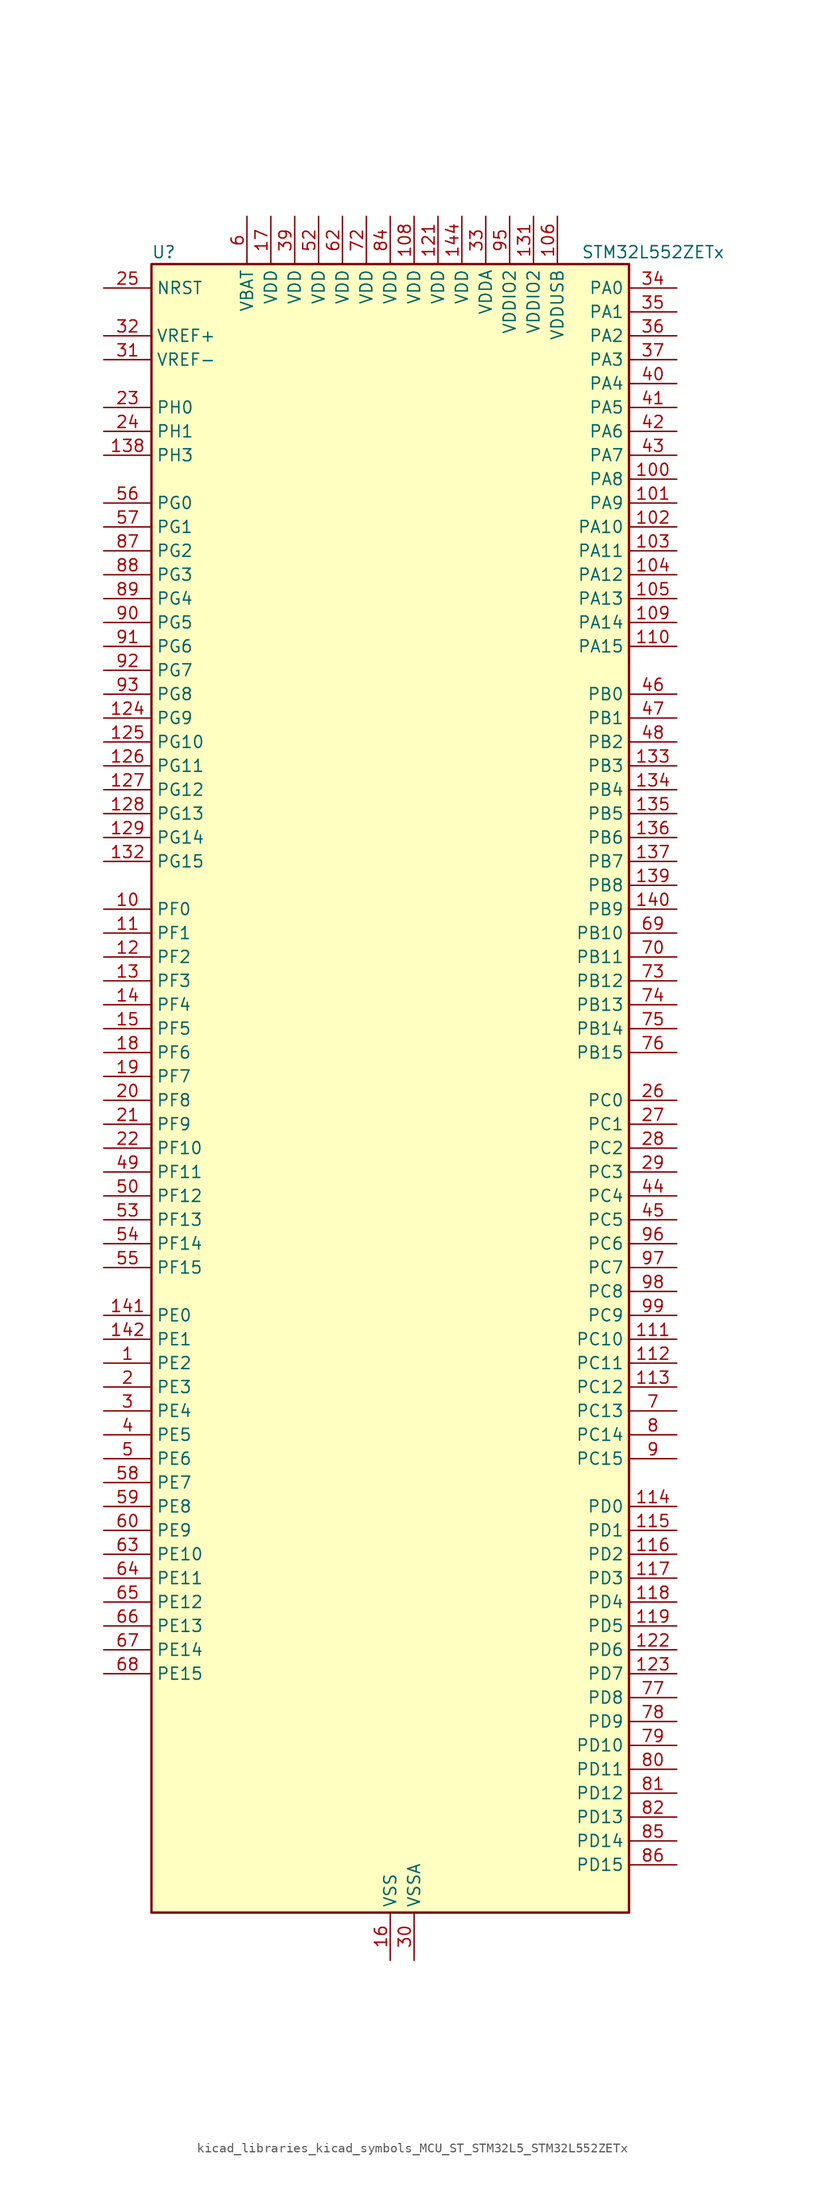
<source format=kicad_sym>
(kicad_symbol_lib
  (version 20220914)
  (generator kicad_symbol_editor)
  (symbol "kicad_libraries_kicad_symbols_MCU_ST_STM32L5_STM32L552ZETx"
    (property "Reference" "U"
      (at -25.4 90.17 0)
      (effects (font (size 1.27 1.27)) (justify left)))
    (property "Value" "STM32L552ZETx"
      (at 20.32 90.17 0)
      (effects (font (size 1.27 1.27)) (justify left)))
    (property "ki_locked" ""
      (at 0 0 0)
      (effects (font (size 1.27 1.27))))
    (symbol "kicad_libraries_kicad_symbols_MCU_ST_STM32L5_STM32L552ZETx_0_1"
      (rectangle (start -25.4 -86.36) (end 25.4 88.9) (stroke (width 0.254) (type default)) (fill (type background))))
    (symbol "kicad_libraries_kicad_symbols_MCU_ST_STM32L5_STM32L552ZETx_1_1"
      (pin bidirectional line (at -30.48 -27.94 0) (length 5.08) (name "PE2" (effects (font (size 1.27 1.27)))) (number "1" (effects (font (size 1.27 1.27)))) (alternate "DEBUG_TRACECLK" bidirectional line) (alternate "FMC_A23" bidirectional line) (alternate "SAI1_CK1" bidirectional line) (alternate "SAI1_MCLK_A" bidirectional line) (alternate "TIM3_ETR" bidirectional line) (alternate "TSC_G7_IO1" bidirectional line))
      (pin bidirectional line (at -30.48 20.32 0) (length 5.08) (name "PF0" (effects (font (size 1.27 1.27)))) (number "10" (effects (font (size 1.27 1.27)))) (alternate "FMC_A0" bidirectional line) (alternate "I2C2_SDA" bidirectional line))
      (pin bidirectional line (at 30.48 66.04 180) (length 5.08) (name "PA8" (effects (font (size 1.27 1.27)))) (number "100" (effects (font (size 1.27 1.27)))) (alternate "LPTIM2_OUT" bidirectional line) (alternate "RCC_MCO" bidirectional line) (alternate "SAI1_CK2" bidirectional line) (alternate "SAI1_SCK_A" bidirectional line) (alternate "TIM1_CH1" bidirectional line) (alternate "USART1_CK" bidirectional line))
      (pin bidirectional line (at 30.48 63.5 180) (length 5.08) (name "PA9" (effects (font (size 1.27 1.27)))) (number "101" (effects (font (size 1.27 1.27)))) (alternate "DAC1_EXTI9" bidirectional line) (alternate "SAI1_FS_A" bidirectional line) (alternate "SPI2_SCK" bidirectional line) (alternate "TIM15_BKIN" bidirectional line) (alternate "TIM1_CH2" bidirectional line) (alternate "USART1_TX" bidirectional line))
      (pin bidirectional line (at 30.48 60.96 180) (length 5.08) (name "PA10" (effects (font (size 1.27 1.27)))) (number "102" (effects (font (size 1.27 1.27)))) (alternate "CRS_SYNC" bidirectional line) (alternate "SAI1_D1" bidirectional line) (alternate "SAI1_SD_A" bidirectional line) (alternate "TIM17_BKIN" bidirectional line) (alternate "TIM1_CH3" bidirectional line) (alternate "USART1_RX" bidirectional line))
      (pin bidirectional line (at 30.48 58.42 180) (length 5.08) (name "PA11" (effects (font (size 1.27 1.27)))) (number "103" (effects (font (size 1.27 1.27)))) (alternate "ADC1_EXTI11" bidirectional line) (alternate "ADC2_EXTI11" bidirectional line) (alternate "FDCAN1_RX" bidirectional line) (alternate "SPI1_MISO" bidirectional line) (alternate "TIM1_BKIN2" bidirectional line) (alternate "TIM1_CH4" bidirectional line) (alternate "USART1_CTS" bidirectional line) (alternate "USART1_NSS" bidirectional line) (alternate "USB_DM" bidirectional line))
      (pin bidirectional line (at 30.48 55.88 180) (length 5.08) (name "PA12" (effects (font (size 1.27 1.27)))) (number "104" (effects (font (size 1.27 1.27)))) (alternate "FDCAN1_TX" bidirectional line) (alternate "SPI1_MOSI" bidirectional line) (alternate "TIM1_ETR" bidirectional line) (alternate "USART1_DE" bidirectional line) (alternate "USART1_RTS" bidirectional line) (alternate "USB_DP" bidirectional line))
      (pin bidirectional line (at 30.48 53.34 180) (length 5.08) (name "PA13" (effects (font (size 1.27 1.27)))) (number "105" (effects (font (size 1.27 1.27)))) (alternate "DEBUG_JTMS-SWDIO" bidirectional line) (alternate "IR_OUT" bidirectional line) (alternate "SAI1_SD_B" bidirectional line) (alternate "USB_NOE" bidirectional line))
      (pin power_in line (at 17.78 93.98 270) (length 5.08) (name "VDDUSB" (effects (font (size 1.27 1.27)))) (number "106" (effects (font (size 1.27 1.27)))))
      (pin passive line (at 0 -91.44 90) (length 5.08) hide (name "VSS" (effects (font (size 1.27 1.27)))) (number "107" (effects (font (size 1.27 1.27)))))
      (pin power_in line (at 2.54 93.98 270) (length 5.08) (name "VDD" (effects (font (size 1.27 1.27)))) (number "108" (effects (font (size 1.27 1.27)))))
      (pin bidirectional line (at 30.48 50.8 180) (length 5.08) (name "PA14" (effects (font (size 1.27 1.27)))) (number "109" (effects (font (size 1.27 1.27)))) (alternate "DEBUG_JTCK-SWCLK" bidirectional line) (alternate "I2C1_SMBA" bidirectional line) (alternate "I2C4_SMBA" bidirectional line) (alternate "LPTIM1_OUT" bidirectional line) (alternate "SAI1_FS_B" bidirectional line))
      (pin bidirectional line (at -30.48 17.78 0) (length 5.08) (name "PF1" (effects (font (size 1.27 1.27)))) (number "11" (effects (font (size 1.27 1.27)))) (alternate "FMC_A1" bidirectional line) (alternate "I2C2_SCL" bidirectional line))
      (pin bidirectional line (at 30.48 48.26 180) (length 5.08) (name "PA15" (effects (font (size 1.27 1.27)))) (number "110" (effects (font (size 1.27 1.27)))) (alternate "ADC1_EXTI15" bidirectional line) (alternate "ADC2_EXTI15" bidirectional line) (alternate "DEBUG_JTDI" bidirectional line) (alternate "SAI2_FS_B" bidirectional line) (alternate "SPI1_NSS" bidirectional line) (alternate "SPI3_NSS" bidirectional line) (alternate "TIM2_CH1" bidirectional line) (alternate "TIM2_ETR" bidirectional line) (alternate "UART4_DE" bidirectional line) (alternate "UART4_RTS" bidirectional line) (alternate "UCPD1_CC1" bidirectional line) (alternate "USART2_RX" bidirectional line) (alternate "USART3_DE" bidirectional line) (alternate "USART3_RTS" bidirectional line))
      (pin bidirectional line (at 30.48 -25.4 180) (length 5.08) (name "PC10" (effects (font (size 1.27 1.27)))) (number "111" (effects (font (size 1.27 1.27)))) (alternate "DEBUG_TRACED1" bidirectional line) (alternate "LPTIM3_ETR" bidirectional line) (alternate "SAI2_SCK_B" bidirectional line) (alternate "SDMMC1_D2" bidirectional line) (alternate "SPI3_SCK" bidirectional line) (alternate "TSC_G3_IO2" bidirectional line) (alternate "UART4_TX" bidirectional line) (alternate "USART3_TX" bidirectional line))
      (pin bidirectional line (at 30.48 -27.94 180) (length 5.08) (name "PC11" (effects (font (size 1.27 1.27)))) (number "112" (effects (font (size 1.27 1.27)))) (alternate "ADC1_EXTI11" bidirectional line) (alternate "ADC2_EXTI11" bidirectional line) (alternate "LPTIM3_IN1" bidirectional line) (alternate "OCTOSPI1_NCS" bidirectional line) (alternate "SAI2_MCLK_B" bidirectional line) (alternate "SDMMC1_D3" bidirectional line) (alternate "SPI3_MISO" bidirectional line) (alternate "TSC_G3_IO3" bidirectional line) (alternate "UART4_RX" bidirectional line) (alternate "UCPD1_FRSTX2" bidirectional line) (alternate "USART3_RX" bidirectional line))
      (pin bidirectional line (at 30.48 -30.48 180) (length 5.08) (name "PC12" (effects (font (size 1.27 1.27)))) (number "113" (effects (font (size 1.27 1.27)))) (alternate "DEBUG_TRACED3" bidirectional line) (alternate "SAI2_SD_B" bidirectional line) (alternate "SDMMC1_CK" bidirectional line) (alternate "SPI3_MOSI" bidirectional line) (alternate "TSC_G3_IO4" bidirectional line) (alternate "UART5_TX" bidirectional line) (alternate "USART3_CK" bidirectional line))
      (pin bidirectional line (at 30.48 -43.18 180) (length 5.08) (name "PD0" (effects (font (size 1.27 1.27)))) (number "114" (effects (font (size 1.27 1.27)))) (alternate "FDCAN1_RX" bidirectional line) (alternate "FMC_D2" bidirectional line) (alternate "FMC_DA2" bidirectional line) (alternate "SPI2_NSS" bidirectional line))
      (pin bidirectional line (at 30.48 -45.72 180) (length 5.08) (name "PD1" (effects (font (size 1.27 1.27)))) (number "115" (effects (font (size 1.27 1.27)))) (alternate "FDCAN1_TX" bidirectional line) (alternate "FMC_D3" bidirectional line) (alternate "FMC_DA3" bidirectional line) (alternate "SPI2_SCK" bidirectional line))
      (pin bidirectional line (at 30.48 -48.26 180) (length 5.08) (name "PD2" (effects (font (size 1.27 1.27)))) (number "116" (effects (font (size 1.27 1.27)))) (alternate "DEBUG_TRACED2" bidirectional line) (alternate "SDMMC1_CMD" bidirectional line) (alternate "TIM3_ETR" bidirectional line) (alternate "TSC_SYNC" bidirectional line) (alternate "UART5_RX" bidirectional line) (alternate "USART3_DE" bidirectional line) (alternate "USART3_RTS" bidirectional line))
      (pin bidirectional line (at 30.48 -50.8 180) (length 5.08) (name "PD3" (effects (font (size 1.27 1.27)))) (number "117" (effects (font (size 1.27 1.27)))) (alternate "DFSDM1_DATIN0" bidirectional line) (alternate "FMC_CLK" bidirectional line) (alternate "SPI2_MISO" bidirectional line) (alternate "SPI2_SCK" bidirectional line) (alternate "USART2_CTS" bidirectional line) (alternate "USART2_NSS" bidirectional line))
      (pin bidirectional line (at 30.48 -53.34 180) (length 5.08) (name "PD4" (effects (font (size 1.27 1.27)))) (number "118" (effects (font (size 1.27 1.27)))) (alternate "DFSDM1_CKIN0" bidirectional line) (alternate "FMC_NOE" bidirectional line) (alternate "OCTOSPI1_IO4" bidirectional line) (alternate "SPI2_MOSI" bidirectional line) (alternate "USART2_DE" bidirectional line) (alternate "USART2_RTS" bidirectional line))
      (pin bidirectional line (at 30.48 -55.88 180) (length 5.08) (name "PD5" (effects (font (size 1.27 1.27)))) (number "119" (effects (font (size 1.27 1.27)))) (alternate "FMC_NWE" bidirectional line) (alternate "OCTOSPI1_IO5" bidirectional line) (alternate "USART2_TX" bidirectional line))
      (pin bidirectional line (at -30.48 15.24 0) (length 5.08) (name "PF2" (effects (font (size 1.27 1.27)))) (number "12" (effects (font (size 1.27 1.27)))) (alternate "FMC_A2" bidirectional line) (alternate "I2C2_SMBA" bidirectional line))
      (pin passive line (at 0 -91.44 90) (length 5.08) hide (name "VSS" (effects (font (size 1.27 1.27)))) (number "120" (effects (font (size 1.27 1.27)))))
      (pin power_in line (at 5.08 93.98 270) (length 5.08) (name "VDD" (effects (font (size 1.27 1.27)))) (number "121" (effects (font (size 1.27 1.27)))))
      (pin bidirectional line (at 30.48 -58.42 180) (length 5.08) (name "PD6" (effects (font (size 1.27 1.27)))) (number "122" (effects (font (size 1.27 1.27)))) (alternate "DFSDM1_DATIN1" bidirectional line) (alternate "FMC_NWAIT" bidirectional line) (alternate "OCTOSPI1_IO6" bidirectional line) (alternate "SAI1_D1" bidirectional line) (alternate "SAI1_SD_A" bidirectional line) (alternate "SPI3_MOSI" bidirectional line) (alternate "USART2_RX" bidirectional line))
      (pin bidirectional line (at 30.48 -60.96 180) (length 5.08) (name "PD7" (effects (font (size 1.27 1.27)))) (number "123" (effects (font (size 1.27 1.27)))) (alternate "DFSDM1_CKIN1" bidirectional line) (alternate "FMC_NCE" bidirectional line) (alternate "FMC_NE1" bidirectional line) (alternate "OCTOSPI1_IO7" bidirectional line) (alternate "USART2_CK" bidirectional line))
      (pin bidirectional line (at -30.48 40.64 0) (length 5.08) (name "PG9" (effects (font (size 1.27 1.27)))) (number "124" (effects (font (size 1.27 1.27)))) (alternate "DAC1_EXTI9" bidirectional line) (alternate "FMC_NCE" bidirectional line) (alternate "FMC_NE2" bidirectional line) (alternate "SAI2_SCK_A" bidirectional line) (alternate "SPI3_SCK" bidirectional line) (alternate "TIM15_CH1N" bidirectional line) (alternate "USART1_TX" bidirectional line))
      (pin bidirectional line (at -30.48 38.1 0) (length 5.08) (name "PG10" (effects (font (size 1.27 1.27)))) (number "125" (effects (font (size 1.27 1.27)))) (alternate "FMC_NE3" bidirectional line) (alternate "LPTIM1_IN1" bidirectional line) (alternate "SAI2_FS_A" bidirectional line) (alternate "SPI3_MISO" bidirectional line) (alternate "TIM15_CH1" bidirectional line) (alternate "USART1_RX" bidirectional line))
      (pin bidirectional line (at -30.48 35.56 0) (length 5.08) (name "PG11" (effects (font (size 1.27 1.27)))) (number "126" (effects (font (size 1.27 1.27)))) (alternate "ADC1_EXTI11" bidirectional line) (alternate "ADC2_EXTI11" bidirectional line) (alternate "LPTIM1_IN2" bidirectional line) (alternate "OCTOSPI1_IO5" bidirectional line) (alternate "SAI2_MCLK_A" bidirectional line) (alternate "SPI3_MOSI" bidirectional line) (alternate "TIM15_CH2" bidirectional line) (alternate "USART1_CTS" bidirectional line) (alternate "USART1_NSS" bidirectional line))
      (pin bidirectional line (at -30.48 33.02 0) (length 5.08) (name "PG12" (effects (font (size 1.27 1.27)))) (number "127" (effects (font (size 1.27 1.27)))) (alternate "FMC_NE4" bidirectional line) (alternate "LPTIM1_ETR" bidirectional line) (alternate "SAI2_SD_A" bidirectional line) (alternate "SPI3_NSS" bidirectional line) (alternate "USART1_DE" bidirectional line) (alternate "USART1_RTS" bidirectional line))
      (pin bidirectional line (at -30.48 30.48 0) (length 5.08) (name "PG13" (effects (font (size 1.27 1.27)))) (number "128" (effects (font (size 1.27 1.27)))) (alternate "FMC_A24" bidirectional line) (alternate "I2C1_SDA" bidirectional line) (alternate "USART1_CK" bidirectional line))
      (pin bidirectional line (at -30.48 27.94 0) (length 5.08) (name "PG14" (effects (font (size 1.27 1.27)))) (number "129" (effects (font (size 1.27 1.27)))) (alternate "FMC_A25" bidirectional line) (alternate "I2C1_SCL" bidirectional line))
      (pin bidirectional line (at -30.48 12.7 0) (length 5.08) (name "PF3" (effects (font (size 1.27 1.27)))) (number "13" (effects (font (size 1.27 1.27)))) (alternate "FMC_A3" bidirectional line) (alternate "LPTIM3_IN1" bidirectional line))
      (pin passive line (at 0 -91.44 90) (length 5.08) hide (name "VSS" (effects (font (size 1.27 1.27)))) (number "130" (effects (font (size 1.27 1.27)))))
      (pin power_in line (at 15.24 93.98 270) (length 5.08) (name "VDDIO2" (effects (font (size 1.27 1.27)))) (number "131" (effects (font (size 1.27 1.27)))))
      (pin bidirectional line (at -30.48 25.4 0) (length 5.08) (name "PG15" (effects (font (size 1.27 1.27)))) (number "132" (effects (font (size 1.27 1.27)))) (alternate "ADC1_EXTI15" bidirectional line) (alternate "ADC2_EXTI15" bidirectional line) (alternate "I2C1_SMBA" bidirectional line) (alternate "LPTIM1_OUT" bidirectional line))
      (pin bidirectional line (at 30.48 35.56 180) (length 5.08) (name "PB3" (effects (font (size 1.27 1.27)))) (number "133" (effects (font (size 1.27 1.27)))) (alternate "COMP2_INM" bidirectional line) (alternate "CRS_SYNC" bidirectional line) (alternate "DEBUG_JTDO-SWO" bidirectional line) (alternate "SAI1_SCK_B" bidirectional line) (alternate "SPI1_SCK" bidirectional line) (alternate "SPI3_SCK" bidirectional line) (alternate "TIM2_CH2" bidirectional line) (alternate "USART1_DE" bidirectional line) (alternate "USART1_RTS" bidirectional line))
      (pin bidirectional line (at 30.48 33.02 180) (length 5.08) (name "PB4" (effects (font (size 1.27 1.27)))) (number "134" (effects (font (size 1.27 1.27)))) (alternate "COMP2_INP" bidirectional line) (alternate "DEBUG_JTRST" bidirectional line) (alternate "I2C3_SDA" bidirectional line) (alternate "SAI1_MCLK_B" bidirectional line) (alternate "SPI1_MISO" bidirectional line) (alternate "SPI3_MISO" bidirectional line) (alternate "TIM17_BKIN" bidirectional line) (alternate "TIM3_CH1" bidirectional line) (alternate "TSC_G2_IO1" bidirectional line) (alternate "UART5_DE" bidirectional line) (alternate "UART5_RTS" bidirectional line) (alternate "USART1_CTS" bidirectional line) (alternate "USART1_NSS" bidirectional line))
      (pin bidirectional line (at 30.48 30.48 180) (length 5.08) (name "PB5" (effects (font (size 1.27 1.27)))) (number "135" (effects (font (size 1.27 1.27)))) (alternate "COMP2_OUT" bidirectional line) (alternate "I2C1_SMBA" bidirectional line) (alternate "LPTIM1_IN1" bidirectional line) (alternate "OCTOSPI1_NCLK" bidirectional line) (alternate "SAI1_SD_B" bidirectional line) (alternate "SPI1_MOSI" bidirectional line) (alternate "SPI3_MOSI" bidirectional line) (alternate "TIM16_BKIN" bidirectional line) (alternate "TIM3_CH2" bidirectional line) (alternate "TSC_G2_IO2" bidirectional line) (alternate "UART5_CTS" bidirectional line) (alternate "UCPD1_DBCC1" bidirectional line) (alternate "USART1_CK" bidirectional line))
      (pin bidirectional line (at 30.48 27.94 180) (length 5.08) (name "PB6" (effects (font (size 1.27 1.27)))) (number "136" (effects (font (size 1.27 1.27)))) (alternate "COMP2_INP" bidirectional line) (alternate "I2C1_SCL" bidirectional line) (alternate "I2C4_SCL" bidirectional line) (alternate "LPTIM1_ETR" bidirectional line) (alternate "SAI1_FS_B" bidirectional line) (alternate "TIM16_CH1N" bidirectional line) (alternate "TIM4_CH1" bidirectional line) (alternate "TIM8_BKIN2" bidirectional line) (alternate "TSC_G2_IO3" bidirectional line) (alternate "USART1_TX" bidirectional line))
      (pin bidirectional line (at 30.48 25.4 180) (length 5.08) (name "PB7" (effects (font (size 1.27 1.27)))) (number "137" (effects (font (size 1.27 1.27)))) (alternate "COMP2_INM" bidirectional line) (alternate "FMC_NL" bidirectional line) (alternate "I2C1_SDA" bidirectional line) (alternate "I2C4_SDA" bidirectional line) (alternate "LPTIM1_IN2" bidirectional line) (alternate "PWR_PVD_IN" bidirectional line) (alternate "TIM17_CH1N" bidirectional line) (alternate "TIM4_CH2" bidirectional line) (alternate "TIM8_BKIN" bidirectional line) (alternate "TSC_G2_IO4" bidirectional line) (alternate "UART4_CTS" bidirectional line) (alternate "USART1_RX" bidirectional line))
      (pin bidirectional line (at -30.48 68.58 0) (length 5.08) (name "PH3" (effects (font (size 1.27 1.27)))) (number "138" (effects (font (size 1.27 1.27)))))
      (pin bidirectional line (at 30.48 22.86 180) (length 5.08) (name "PB8" (effects (font (size 1.27 1.27)))) (number "139" (effects (font (size 1.27 1.27)))) (alternate "DFSDM1_CKOUT" bidirectional line) (alternate "FDCAN1_RX" bidirectional line) (alternate "I2C1_SCL" bidirectional line) (alternate "SAI1_CK1" bidirectional line) (alternate "SAI1_MCLK_A" bidirectional line) (alternate "SDMMC1_CKIN" bidirectional line) (alternate "SDMMC1_D4" bidirectional line) (alternate "TIM16_CH1" bidirectional line) (alternate "TIM4_CH3" bidirectional line))
      (pin bidirectional line (at -30.48 10.16 0) (length 5.08) (name "PF4" (effects (font (size 1.27 1.27)))) (number "14" (effects (font (size 1.27 1.27)))) (alternate "FMC_A4" bidirectional line) (alternate "LPTIM3_ETR" bidirectional line))
      (pin bidirectional line (at 30.48 20.32 180) (length 5.08) (name "PB9" (effects (font (size 1.27 1.27)))) (number "140" (effects (font (size 1.27 1.27)))) (alternate "DAC1_EXTI9" bidirectional line) (alternate "FDCAN1_TX" bidirectional line) (alternate "I2C1_SDA" bidirectional line) (alternate "IR_OUT" bidirectional line) (alternate "SAI1_D2" bidirectional line) (alternate "SAI1_FS_A" bidirectional line) (alternate "SDMMC1_CDIR" bidirectional line) (alternate "SDMMC1_D5" bidirectional line) (alternate "SPI2_NSS" bidirectional line) (alternate "TIM17_CH1" bidirectional line) (alternate "TIM4_CH4" bidirectional line))
      (pin bidirectional line (at -30.48 -22.86 0) (length 5.08) (name "PE0" (effects (font (size 1.27 1.27)))) (number "141" (effects (font (size 1.27 1.27)))) (alternate "FMC_NBL0" bidirectional line) (alternate "TIM16_CH1" bidirectional line) (alternate "TIM4_ETR" bidirectional line))
      (pin bidirectional line (at -30.48 -25.4 0) (length 5.08) (name "PE1" (effects (font (size 1.27 1.27)))) (number "142" (effects (font (size 1.27 1.27)))) (alternate "FMC_NBL1" bidirectional line) (alternate "TIM17_CH1" bidirectional line))
      (pin passive line (at 0 -91.44 90) (length 5.08) hide (name "VSS" (effects (font (size 1.27 1.27)))) (number "143" (effects (font (size 1.27 1.27)))))
      (pin power_in line (at 7.62 93.98 270) (length 5.08) (name "VDD" (effects (font (size 1.27 1.27)))) (number "144" (effects (font (size 1.27 1.27)))))
      (pin bidirectional line (at -30.48 7.62 0) (length 5.08) (name "PF5" (effects (font (size 1.27 1.27)))) (number "15" (effects (font (size 1.27 1.27)))) (alternate "FMC_A5" bidirectional line) (alternate "LPTIM3_OUT" bidirectional line))
      (pin power_in line (at 0 -91.44 90) (length 5.08) (name "VSS" (effects (font (size 1.27 1.27)))) (number "16" (effects (font (size 1.27 1.27)))))
      (pin power_in line (at -12.7 93.98 270) (length 5.08) (name "VDD" (effects (font (size 1.27 1.27)))) (number "17" (effects (font (size 1.27 1.27)))))
      (pin bidirectional line (at -30.48 5.08 0) (length 5.08) (name "PF6" (effects (font (size 1.27 1.27)))) (number "18" (effects (font (size 1.27 1.27)))) (alternate "OCTOSPI1_IO3" bidirectional line) (alternate "SAI1_SD_B" bidirectional line) (alternate "TIM5_CH1" bidirectional line) (alternate "TIM5_ETR" bidirectional line))
      (pin bidirectional line (at -30.48 2.54 0) (length 5.08) (name "PF7" (effects (font (size 1.27 1.27)))) (number "19" (effects (font (size 1.27 1.27)))) (alternate "OCTOSPI1_IO2" bidirectional line) (alternate "SAI1_MCLK_B" bidirectional line) (alternate "TAMP_IN6" bidirectional line) (alternate "TAMP_OUT3" bidirectional line) (alternate "TIM5_CH2" bidirectional line))
      (pin bidirectional line (at -30.48 -30.48 0) (length 5.08) (name "PE3" (effects (font (size 1.27 1.27)))) (number "2" (effects (font (size 1.27 1.27)))) (alternate "DEBUG_TRACED0" bidirectional line) (alternate "FMC_A19" bidirectional line) (alternate "OCTOSPI1_DQS" bidirectional line) (alternate "SAI1_SD_B" bidirectional line) (alternate "TIM3_CH1" bidirectional line) (alternate "TSC_G7_IO2" bidirectional line))
      (pin bidirectional line (at -30.48 0 0) (length 5.08) (name "PF8" (effects (font (size 1.27 1.27)))) (number "20" (effects (font (size 1.27 1.27)))) (alternate "OCTOSPI1_IO0" bidirectional line) (alternate "SAI1_SCK_B" bidirectional line) (alternate "TAMP_IN7" bidirectional line) (alternate "TAMP_OUT8" bidirectional line) (alternate "TIM5_CH3" bidirectional line))
      (pin bidirectional line (at -30.48 -2.54 0) (length 5.08) (name "PF9" (effects (font (size 1.27 1.27)))) (number "21" (effects (font (size 1.27 1.27)))) (alternate "DAC1_EXTI9" bidirectional line) (alternate "OCTOSPI1_IO1" bidirectional line) (alternate "SAI1_FS_B" bidirectional line) (alternate "TAMP_IN8" bidirectional line) (alternate "TAMP_OUT7" bidirectional line) (alternate "TIM15_CH1" bidirectional line) (alternate "TIM5_CH4" bidirectional line))
      (pin bidirectional line (at -30.48 -5.08 0) (length 5.08) (name "PF10" (effects (font (size 1.27 1.27)))) (number "22" (effects (font (size 1.27 1.27)))) (alternate "DFSDM1_CKOUT" bidirectional line) (alternate "OCTOSPI1_CLK" bidirectional line) (alternate "SAI1_D3" bidirectional line) (alternate "TIM15_CH2" bidirectional line))
      (pin bidirectional line (at -30.48 73.66 0) (length 5.08) (name "PH0" (effects (font (size 1.27 1.27)))) (number "23" (effects (font (size 1.27 1.27)))) (alternate "RCC_OSC_IN" bidirectional line))
      (pin bidirectional line (at -30.48 71.12 0) (length 5.08) (name "PH1" (effects (font (size 1.27 1.27)))) (number "24" (effects (font (size 1.27 1.27)))) (alternate "RCC_OSC_OUT" bidirectional line))
      (pin input line (at -30.48 86.36 0) (length 5.08) (name "NRST" (effects (font (size 1.27 1.27)))) (number "25" (effects (font (size 1.27 1.27)))))
      (pin bidirectional line (at 30.48 0 180) (length 5.08) (name "PC0" (effects (font (size 1.27 1.27)))) (number "26" (effects (font (size 1.27 1.27)))) (alternate "ADC1_IN1" bidirectional line) (alternate "ADC2_IN1" bidirectional line) (alternate "I2C3_SCL" bidirectional line) (alternate "LPTIM1_IN1" bidirectional line) (alternate "LPTIM2_IN1" bidirectional line) (alternate "LPUART1_RX" bidirectional line) (alternate "OCTOSPI1_IO7" bidirectional line) (alternate "SAI2_FS_A" bidirectional line) (alternate "SDMMC1_D5" bidirectional line))
      (pin bidirectional line (at 30.48 -2.54 180) (length 5.08) (name "PC1" (effects (font (size 1.27 1.27)))) (number "27" (effects (font (size 1.27 1.27)))) (alternate "ADC1_IN2" bidirectional line) (alternate "ADC2_IN2" bidirectional line) (alternate "DEBUG_TRACED0" bidirectional line) (alternate "I2C3_SDA" bidirectional line) (alternate "LPTIM1_OUT" bidirectional line) (alternate "LPUART1_TX" bidirectional line) (alternate "OCTOSPI1_IO4" bidirectional line) (alternate "SAI1_SD_A" bidirectional line) (alternate "SPI2_MOSI" bidirectional line))
      (pin bidirectional line (at 30.48 -5.08 180) (length 5.08) (name "PC2" (effects (font (size 1.27 1.27)))) (number "28" (effects (font (size 1.27 1.27)))) (alternate "ADC1_IN3" bidirectional line) (alternate "ADC2_IN3" bidirectional line) (alternate "DFSDM1_CKOUT" bidirectional line) (alternate "LPTIM1_IN2" bidirectional line) (alternate "OCTOSPI1_IO5" bidirectional line) (alternate "SPI2_MISO" bidirectional line))
      (pin bidirectional line (at 30.48 -7.62 180) (length 5.08) (name "PC3" (effects (font (size 1.27 1.27)))) (number "29" (effects (font (size 1.27 1.27)))) (alternate "ADC1_IN4" bidirectional line) (alternate "ADC2_IN4" bidirectional line) (alternate "LPTIM1_ETR" bidirectional line) (alternate "LPTIM2_ETR" bidirectional line) (alternate "LPTIM3_OUT" bidirectional line) (alternate "OCTOSPI1_IO6" bidirectional line) (alternate "SAI1_D1" bidirectional line) (alternate "SAI1_SD_A" bidirectional line) (alternate "SPI2_MOSI" bidirectional line))
      (pin bidirectional line (at -30.48 -33.02 0) (length 5.08) (name "PE4" (effects (font (size 1.27 1.27)))) (number "3" (effects (font (size 1.27 1.27)))) (alternate "DEBUG_TRACED1" bidirectional line) (alternate "DFSDM1_DATIN3" bidirectional line) (alternate "FMC_A20" bidirectional line) (alternate "SAI1_D2" bidirectional line) (alternate "SAI1_FS_A" bidirectional line) (alternate "TIM3_CH2" bidirectional line) (alternate "TSC_G7_IO3" bidirectional line))
      (pin power_in line (at 2.54 -91.44 90) (length 5.08) (name "VSSA" (effects (font (size 1.27 1.27)))) (number "30" (effects (font (size 1.27 1.27)))))
      (pin input line (at -30.48 78.74 0) (length 5.08) (name "VREF-" (effects (font (size 1.27 1.27)))) (number "31" (effects (font (size 1.27 1.27)))))
      (pin input line (at -30.48 81.28 0) (length 5.08) (name "VREF+" (effects (font (size 1.27 1.27)))) (number "32" (effects (font (size 1.27 1.27)))))
      (pin power_in line (at 10.16 93.98 270) (length 5.08) (name "VDDA" (effects (font (size 1.27 1.27)))) (number "33" (effects (font (size 1.27 1.27)))))
      (pin bidirectional line (at 30.48 86.36 180) (length 5.08) (name "PA0" (effects (font (size 1.27 1.27)))) (number "34" (effects (font (size 1.27 1.27)))) (alternate "ADC1_IN5" bidirectional line) (alternate "ADC2_IN5" bidirectional line) (alternate "OPAMP1_VINP" bidirectional line) (alternate "PWR_WKUP1" bidirectional line) (alternate "SAI1_EXTCLK" bidirectional line) (alternate "TAMP_IN2" bidirectional line) (alternate "TAMP_OUT1" bidirectional line) (alternate "TIM2_CH1" bidirectional line) (alternate "TIM2_ETR" bidirectional line) (alternate "TIM5_CH1" bidirectional line) (alternate "TIM8_ETR" bidirectional line) (alternate "UART4_TX" bidirectional line) (alternate "USART2_CTS" bidirectional line) (alternate "USART2_NSS" bidirectional line))
      (pin bidirectional line (at 30.48 83.82 180) (length 5.08) (name "PA1" (effects (font (size 1.27 1.27)))) (number "35" (effects (font (size 1.27 1.27)))) (alternate "ADC1_IN6" bidirectional line) (alternate "ADC2_IN6" bidirectional line) (alternate "I2C1_SMBA" bidirectional line) (alternate "OCTOSPI1_DQS" bidirectional line) (alternate "OPAMP1_VINM" bidirectional line) (alternate "SPI1_SCK" bidirectional line) (alternate "TAMP_IN5" bidirectional line) (alternate "TAMP_OUT4" bidirectional line) (alternate "TIM15_CH1N" bidirectional line) (alternate "TIM2_CH2" bidirectional line) (alternate "TIM5_CH2" bidirectional line) (alternate "UART4_RX" bidirectional line) (alternate "USART2_DE" bidirectional line) (alternate "USART2_RTS" bidirectional line))
      (pin bidirectional line (at 30.48 81.28 180) (length 5.08) (name "PA2" (effects (font (size 1.27 1.27)))) (number "36" (effects (font (size 1.27 1.27)))) (alternate "ADC1_IN7" bidirectional line) (alternate "ADC2_IN7" bidirectional line) (alternate "COMP1_INP" bidirectional line) (alternate "LPUART1_TX" bidirectional line) (alternate "OCTOSPI1_NCS" bidirectional line) (alternate "PWR_WKUP4" bidirectional line) (alternate "RCC_LSCO" bidirectional line) (alternate "SAI2_EXTCLK" bidirectional line) (alternate "TIM15_CH1" bidirectional line) (alternate "TIM2_CH3" bidirectional line) (alternate "TIM5_CH3" bidirectional line) (alternate "UCPD1_FRSTX1" bidirectional line) (alternate "USART2_TX" bidirectional line))
      (pin bidirectional line (at 30.48 78.74 180) (length 5.08) (name "PA3" (effects (font (size 1.27 1.27)))) (number "37" (effects (font (size 1.27 1.27)))) (alternate "ADC1_IN8" bidirectional line) (alternate "ADC2_IN8" bidirectional line) (alternate "LPUART1_RX" bidirectional line) (alternate "OCTOSPI1_CLK" bidirectional line) (alternate "OPAMP1_VOUT" bidirectional line) (alternate "SAI1_CK1" bidirectional line) (alternate "SAI1_MCLK_A" bidirectional line) (alternate "TIM15_CH2" bidirectional line) (alternate "TIM2_CH4" bidirectional line) (alternate "TIM5_CH4" bidirectional line) (alternate "USART2_RX" bidirectional line))
      (pin passive line (at 0 -91.44 90) (length 5.08) hide (name "VSS" (effects (font (size 1.27 1.27)))) (number "38" (effects (font (size 1.27 1.27)))))
      (pin power_in line (at -10.16 93.98 270) (length 5.08) (name "VDD" (effects (font (size 1.27 1.27)))) (number "39" (effects (font (size 1.27 1.27)))))
      (pin bidirectional line (at -30.48 -35.56 0) (length 5.08) (name "PE5" (effects (font (size 1.27 1.27)))) (number "4" (effects (font (size 1.27 1.27)))) (alternate "DEBUG_TRACED2" bidirectional line) (alternate "DFSDM1_CKIN3" bidirectional line) (alternate "FMC_A21" bidirectional line) (alternate "SAI1_CK2" bidirectional line) (alternate "SAI1_SCK_A" bidirectional line) (alternate "TIM3_CH3" bidirectional line) (alternate "TSC_G7_IO4" bidirectional line))
      (pin bidirectional line (at 30.48 76.2 180) (length 5.08) (name "PA4" (effects (font (size 1.27 1.27)))) (number "40" (effects (font (size 1.27 1.27)))) (alternate "ADC1_IN9" bidirectional line) (alternate "ADC2_IN9" bidirectional line) (alternate "DAC1_OUT1" bidirectional line) (alternate "LPTIM2_OUT" bidirectional line) (alternate "OCTOSPI1_NCS" bidirectional line) (alternate "SAI1_FS_B" bidirectional line) (alternate "SPI1_NSS" bidirectional line) (alternate "SPI3_NSS" bidirectional line) (alternate "USART2_CK" bidirectional line))
      (pin bidirectional line (at 30.48 73.66 180) (length 5.08) (name "PA5" (effects (font (size 1.27 1.27)))) (number "41" (effects (font (size 1.27 1.27)))) (alternate "ADC1_IN10" bidirectional line) (alternate "ADC2_IN10" bidirectional line) (alternate "DAC1_OUT2" bidirectional line) (alternate "LPTIM2_ETR" bidirectional line) (alternate "SPI1_SCK" bidirectional line) (alternate "TIM2_CH1" bidirectional line) (alternate "TIM2_ETR" bidirectional line) (alternate "TIM8_CH1N" bidirectional line))
      (pin bidirectional line (at 30.48 71.12 180) (length 5.08) (name "PA6" (effects (font (size 1.27 1.27)))) (number "42" (effects (font (size 1.27 1.27)))) (alternate "ADC1_IN11" bidirectional line) (alternate "ADC2_IN11" bidirectional line) (alternate "LPUART1_CTS" bidirectional line) (alternate "OCTOSPI1_IO3" bidirectional line) (alternate "OPAMP2_VINP" bidirectional line) (alternate "SPI1_MISO" bidirectional line) (alternate "TIM16_CH1" bidirectional line) (alternate "TIM1_BKIN" bidirectional line) (alternate "TIM3_CH1" bidirectional line) (alternate "TIM8_BKIN" bidirectional line) (alternate "USART3_CTS" bidirectional line) (alternate "USART3_NSS" bidirectional line))
      (pin bidirectional line (at 30.48 68.58 180) (length 5.08) (name "PA7" (effects (font (size 1.27 1.27)))) (number "43" (effects (font (size 1.27 1.27)))) (alternate "ADC1_IN12" bidirectional line) (alternate "ADC2_IN12" bidirectional line) (alternate "I2C3_SCL" bidirectional line) (alternate "OCTOSPI1_IO2" bidirectional line) (alternate "OPAMP2_VINM" bidirectional line) (alternate "SPI1_MOSI" bidirectional line) (alternate "TIM17_CH1" bidirectional line) (alternate "TIM1_CH1N" bidirectional line) (alternate "TIM3_CH2" bidirectional line) (alternate "TIM8_CH1N" bidirectional line))
      (pin bidirectional line (at 30.48 -10.16 180) (length 5.08) (name "PC4" (effects (font (size 1.27 1.27)))) (number "44" (effects (font (size 1.27 1.27)))) (alternate "ADC1_IN13" bidirectional line) (alternate "ADC2_IN13" bidirectional line) (alternate "COMP1_INM" bidirectional line) (alternate "OCTOSPI1_IO7" bidirectional line) (alternate "USART3_TX" bidirectional line))
      (pin bidirectional line (at 30.48 -12.7 180) (length 5.08) (name "PC5" (effects (font (size 1.27 1.27)))) (number "45" (effects (font (size 1.27 1.27)))) (alternate "ADC1_IN14" bidirectional line) (alternate "ADC2_IN14" bidirectional line) (alternate "COMP1_INP" bidirectional line) (alternate "PWR_WKUP5" bidirectional line) (alternate "SAI1_D3" bidirectional line) (alternate "TAMP_IN4" bidirectional line) (alternate "TAMP_OUT5" bidirectional line) (alternate "USART3_RX" bidirectional line))
      (pin bidirectional line (at 30.48 43.18 180) (length 5.08) (name "PB0" (effects (font (size 1.27 1.27)))) (number "46" (effects (font (size 1.27 1.27)))) (alternate "ADC1_IN15" bidirectional line) (alternate "ADC2_IN15" bidirectional line) (alternate "COMP1_OUT" bidirectional line) (alternate "OCTOSPI1_IO1" bidirectional line) (alternate "OPAMP2_VOUT" bidirectional line) (alternate "SAI1_EXTCLK" bidirectional line) (alternate "SPI1_NSS" bidirectional line) (alternate "TIM1_CH2N" bidirectional line) (alternate "TIM3_CH3" bidirectional line) (alternate "TIM8_CH2N" bidirectional line) (alternate "USART3_CK" bidirectional line))
      (pin bidirectional line (at 30.48 40.64 180) (length 5.08) (name "PB1" (effects (font (size 1.27 1.27)))) (number "47" (effects (font (size 1.27 1.27)))) (alternate "ADC1_IN16" bidirectional line) (alternate "ADC2_IN16" bidirectional line) (alternate "COMP1_INM" bidirectional line) (alternate "DFSDM1_DATIN0" bidirectional line) (alternate "LPTIM2_IN1" bidirectional line) (alternate "LPUART1_DE" bidirectional line) (alternate "LPUART1_RTS" bidirectional line) (alternate "OCTOSPI1_IO0" bidirectional line) (alternate "TIM1_CH3N" bidirectional line) (alternate "TIM3_CH4" bidirectional line) (alternate "TIM8_CH3N" bidirectional line) (alternate "USART3_DE" bidirectional line) (alternate "USART3_RTS" bidirectional line))
      (pin bidirectional line (at 30.48 38.1 180) (length 5.08) (name "PB2" (effects (font (size 1.27 1.27)))) (number "48" (effects (font (size 1.27 1.27)))) (alternate "COMP1_INP" bidirectional line) (alternate "DFSDM1_CKIN0" bidirectional line) (alternate "I2C3_SMBA" bidirectional line) (alternate "LPTIM1_OUT" bidirectional line) (alternate "OCTOSPI1_DQS" bidirectional line) (alternate "RTC_OUT2" bidirectional line) (alternate "UCPD1_FRSTX1" bidirectional line))
      (pin bidirectional line (at -30.48 -7.62 0) (length 5.08) (name "PF11" (effects (font (size 1.27 1.27)))) (number "49" (effects (font (size 1.27 1.27)))) (alternate "ADC1_EXTI11" bidirectional line) (alternate "ADC2_EXTI11" bidirectional line) (alternate "OCTOSPI1_NCLK" bidirectional line))
      (pin bidirectional line (at -30.48 -38.1 0) (length 5.08) (name "PE6" (effects (font (size 1.27 1.27)))) (number "5" (effects (font (size 1.27 1.27)))) (alternate "DEBUG_TRACED3" bidirectional line) (alternate "FMC_A22" bidirectional line) (alternate "PWR_WKUP3" bidirectional line) (alternate "SAI1_D1" bidirectional line) (alternate "SAI1_SD_A" bidirectional line) (alternate "TAMP_IN3" bidirectional line) (alternate "TAMP_OUT6" bidirectional line) (alternate "TIM3_CH4" bidirectional line))
      (pin bidirectional line (at -30.48 -10.16 0) (length 5.08) (name "PF12" (effects (font (size 1.27 1.27)))) (number "50" (effects (font (size 1.27 1.27)))) (alternate "FMC_A6" bidirectional line))
      (pin passive line (at 0 -91.44 90) (length 5.08) hide (name "VSS" (effects (font (size 1.27 1.27)))) (number "51" (effects (font (size 1.27 1.27)))))
      (pin power_in line (at -7.62 93.98 270) (length 5.08) (name "VDD" (effects (font (size 1.27 1.27)))) (number "52" (effects (font (size 1.27 1.27)))))
      (pin bidirectional line (at -30.48 -12.7 0) (length 5.08) (name "PF13" (effects (font (size 1.27 1.27)))) (number "53" (effects (font (size 1.27 1.27)))) (alternate "FMC_A7" bidirectional line) (alternate "I2C4_SMBA" bidirectional line))
      (pin bidirectional line (at -30.48 -15.24 0) (length 5.08) (name "PF14" (effects (font (size 1.27 1.27)))) (number "54" (effects (font (size 1.27 1.27)))) (alternate "FMC_A8" bidirectional line) (alternate "I2C4_SCL" bidirectional line) (alternate "TSC_G8_IO1" bidirectional line))
      (pin bidirectional line (at -30.48 -17.78 0) (length 5.08) (name "PF15" (effects (font (size 1.27 1.27)))) (number "55" (effects (font (size 1.27 1.27)))) (alternate "ADC1_EXTI15" bidirectional line) (alternate "ADC2_EXTI15" bidirectional line) (alternate "FMC_A9" bidirectional line) (alternate "I2C4_SDA" bidirectional line) (alternate "TSC_G8_IO2" bidirectional line))
      (pin bidirectional line (at -30.48 63.5 0) (length 5.08) (name "PG0" (effects (font (size 1.27 1.27)))) (number "56" (effects (font (size 1.27 1.27)))) (alternate "FMC_A10" bidirectional line) (alternate "TSC_G8_IO3" bidirectional line))
      (pin bidirectional line (at -30.48 60.96 0) (length 5.08) (name "PG1" (effects (font (size 1.27 1.27)))) (number "57" (effects (font (size 1.27 1.27)))) (alternate "FMC_A11" bidirectional line) (alternate "TSC_G8_IO4" bidirectional line))
      (pin bidirectional line (at -30.48 -40.64 0) (length 5.08) (name "PE7" (effects (font (size 1.27 1.27)))) (number "58" (effects (font (size 1.27 1.27)))) (alternate "DFSDM1_DATIN2" bidirectional line) (alternate "FMC_D4" bidirectional line) (alternate "FMC_DA4" bidirectional line) (alternate "SAI1_SD_B" bidirectional line) (alternate "TIM1_ETR" bidirectional line))
      (pin bidirectional line (at -30.48 -43.18 0) (length 5.08) (name "PE8" (effects (font (size 1.27 1.27)))) (number "59" (effects (font (size 1.27 1.27)))) (alternate "DFSDM1_CKIN2" bidirectional line) (alternate "FMC_D5" bidirectional line) (alternate "FMC_DA5" bidirectional line) (alternate "SAI1_SCK_B" bidirectional line) (alternate "TIM1_CH1N" bidirectional line))
      (pin power_in line (at -15.24 93.98 270) (length 5.08) (name "VBAT" (effects (font (size 1.27 1.27)))) (number "6" (effects (font (size 1.27 1.27)))))
      (pin bidirectional line (at -30.48 -45.72 0) (length 5.08) (name "PE9" (effects (font (size 1.27 1.27)))) (number "60" (effects (font (size 1.27 1.27)))) (alternate "DAC1_EXTI9" bidirectional line) (alternate "DFSDM1_CKOUT" bidirectional line) (alternate "FMC_D6" bidirectional line) (alternate "FMC_DA6" bidirectional line) (alternate "OCTOSPI1_NCLK" bidirectional line) (alternate "SAI1_FS_B" bidirectional line) (alternate "TIM1_CH1" bidirectional line))
      (pin passive line (at 0 -91.44 90) (length 5.08) hide (name "VSS" (effects (font (size 1.27 1.27)))) (number "61" (effects (font (size 1.27 1.27)))))
      (pin power_in line (at -5.08 93.98 270) (length 5.08) (name "VDD" (effects (font (size 1.27 1.27)))) (number "62" (effects (font (size 1.27 1.27)))))
      (pin bidirectional line (at -30.48 -48.26 0) (length 5.08) (name "PE10" (effects (font (size 1.27 1.27)))) (number "63" (effects (font (size 1.27 1.27)))) (alternate "FMC_D7" bidirectional line) (alternate "FMC_DA7" bidirectional line) (alternate "OCTOSPI1_CLK" bidirectional line) (alternate "SAI1_MCLK_B" bidirectional line) (alternate "TIM1_CH2N" bidirectional line) (alternate "TSC_G5_IO1" bidirectional line))
      (pin bidirectional line (at -30.48 -50.8 0) (length 5.08) (name "PE11" (effects (font (size 1.27 1.27)))) (number "64" (effects (font (size 1.27 1.27)))) (alternate "ADC1_EXTI11" bidirectional line) (alternate "ADC2_EXTI11" bidirectional line) (alternate "FMC_D8" bidirectional line) (alternate "FMC_DA8" bidirectional line) (alternate "OCTOSPI1_NCS" bidirectional line) (alternate "TIM1_CH2" bidirectional line) (alternate "TSC_G5_IO2" bidirectional line))
      (pin bidirectional line (at -30.48 -53.34 0) (length 5.08) (name "PE12" (effects (font (size 1.27 1.27)))) (number "65" (effects (font (size 1.27 1.27)))) (alternate "FMC_D9" bidirectional line) (alternate "FMC_DA9" bidirectional line) (alternate "OCTOSPI1_IO0" bidirectional line) (alternate "SPI1_NSS" bidirectional line) (alternate "TIM1_CH3N" bidirectional line) (alternate "TSC_G5_IO3" bidirectional line))
      (pin bidirectional line (at -30.48 -55.88 0) (length 5.08) (name "PE13" (effects (font (size 1.27 1.27)))) (number "66" (effects (font (size 1.27 1.27)))) (alternate "FMC_D10" bidirectional line) (alternate "FMC_DA10" bidirectional line) (alternate "OCTOSPI1_IO1" bidirectional line) (alternate "SPI1_SCK" bidirectional line) (alternate "TIM1_CH3" bidirectional line) (alternate "TSC_G5_IO4" bidirectional line))
      (pin bidirectional line (at -30.48 -58.42 0) (length 5.08) (name "PE14" (effects (font (size 1.27 1.27)))) (number "67" (effects (font (size 1.27 1.27)))) (alternate "FMC_D11" bidirectional line) (alternate "FMC_DA11" bidirectional line) (alternate "OCTOSPI1_IO2" bidirectional line) (alternate "SPI1_MISO" bidirectional line) (alternate "TIM1_BKIN2" bidirectional line) (alternate "TIM1_CH4" bidirectional line))
      (pin bidirectional line (at -30.48 -60.96 0) (length 5.08) (name "PE15" (effects (font (size 1.27 1.27)))) (number "68" (effects (font (size 1.27 1.27)))) (alternate "ADC1_EXTI15" bidirectional line) (alternate "ADC2_EXTI15" bidirectional line) (alternate "FMC_D12" bidirectional line) (alternate "FMC_DA12" bidirectional line) (alternate "OCTOSPI1_IO3" bidirectional line) (alternate "SPI1_MOSI" bidirectional line) (alternate "TIM1_BKIN" bidirectional line))
      (pin bidirectional line (at 30.48 17.78 180) (length 5.08) (name "PB10" (effects (font (size 1.27 1.27)))) (number "69" (effects (font (size 1.27 1.27)))) (alternate "COMP1_OUT" bidirectional line) (alternate "I2C2_SCL" bidirectional line) (alternate "I2C4_SCL" bidirectional line) (alternate "LPTIM3_OUT" bidirectional line) (alternate "LPUART1_RX" bidirectional line) (alternate "OCTOSPI1_CLK" bidirectional line) (alternate "SAI1_SCK_A" bidirectional line) (alternate "SPI2_SCK" bidirectional line) (alternate "TIM2_CH3" bidirectional line) (alternate "TSC_SYNC" bidirectional line) (alternate "USART3_TX" bidirectional line))
      (pin bidirectional line (at 30.48 -33.02 180) (length 5.08) (name "PC13" (effects (font (size 1.27 1.27)))) (number "7" (effects (font (size 1.27 1.27)))) (alternate "PWR_WKUP2" bidirectional line) (alternate "RTC_OUT1" bidirectional line) (alternate "RTC_TS" bidirectional line) (alternate "TAMP_IN1" bidirectional line) (alternate "TAMP_OUT2" bidirectional line))
      (pin bidirectional line (at 30.48 15.24 180) (length 5.08) (name "PB11" (effects (font (size 1.27 1.27)))) (number "70" (effects (font (size 1.27 1.27)))) (alternate "ADC1_EXTI11" bidirectional line) (alternate "ADC2_EXTI11" bidirectional line) (alternate "COMP2_OUT" bidirectional line) (alternate "I2C2_SDA" bidirectional line) (alternate "I2C4_SDA" bidirectional line) (alternate "LPUART1_TX" bidirectional line) (alternate "OCTOSPI1_NCS" bidirectional line) (alternate "TIM2_CH4" bidirectional line) (alternate "USART3_RX" bidirectional line))
      (pin passive line (at 0 -91.44 90) (length 5.08) hide (name "VSS" (effects (font (size 1.27 1.27)))) (number "71" (effects (font (size 1.27 1.27)))))
      (pin power_in line (at -2.54 93.98 270) (length 5.08) (name "VDD" (effects (font (size 1.27 1.27)))) (number "72" (effects (font (size 1.27 1.27)))))
      (pin bidirectional line (at 30.48 12.7 180) (length 5.08) (name "PB12" (effects (font (size 1.27 1.27)))) (number "73" (effects (font (size 1.27 1.27)))) (alternate "DFSDM1_DATIN1" bidirectional line) (alternate "I2C2_SMBA" bidirectional line) (alternate "LPUART1_DE" bidirectional line) (alternate "LPUART1_RTS" bidirectional line) (alternate "OCTOSPI1_NCLK" bidirectional line) (alternate "SAI2_FS_A" bidirectional line) (alternate "SPI2_NSS" bidirectional line) (alternate "TIM15_BKIN" bidirectional line) (alternate "TIM1_BKIN" bidirectional line) (alternate "TSC_G1_IO1" bidirectional line) (alternate "USART3_CK" bidirectional line))
      (pin bidirectional line (at 30.48 10.16 180) (length 5.08) (name "PB13" (effects (font (size 1.27 1.27)))) (number "74" (effects (font (size 1.27 1.27)))) (alternate "DFSDM1_CKIN1" bidirectional line) (alternate "I2C2_SCL" bidirectional line) (alternate "LPTIM3_IN1" bidirectional line) (alternate "LPUART1_CTS" bidirectional line) (alternate "SAI2_SCK_A" bidirectional line) (alternate "SPI2_SCK" bidirectional line) (alternate "TIM15_CH1N" bidirectional line) (alternate "TIM1_CH1N" bidirectional line) (alternate "TSC_G1_IO2" bidirectional line) (alternate "UCPD1_FRSTX2" bidirectional line) (alternate "USART3_CTS" bidirectional line) (alternate "USART3_NSS" bidirectional line))
      (pin bidirectional line (at 30.48 7.62 180) (length 5.08) (name "PB14" (effects (font (size 1.27 1.27)))) (number "75" (effects (font (size 1.27 1.27)))) (alternate "DFSDM1_DATIN2" bidirectional line) (alternate "I2C2_SDA" bidirectional line) (alternate "LPTIM3_ETR" bidirectional line) (alternate "SAI2_MCLK_A" bidirectional line) (alternate "SPI2_MISO" bidirectional line) (alternate "TIM15_CH1" bidirectional line) (alternate "TIM1_CH2N" bidirectional line) (alternate "TIM8_CH2N" bidirectional line) (alternate "TSC_G1_IO3" bidirectional line) (alternate "UCPD1_DBCC2" bidirectional line) (alternate "USART3_DE" bidirectional line) (alternate "USART3_RTS" bidirectional line))
      (pin bidirectional line (at 30.48 5.08 180) (length 5.08) (name "PB15" (effects (font (size 1.27 1.27)))) (number "76" (effects (font (size 1.27 1.27)))) (alternate "ADC1_EXTI15" bidirectional line) (alternate "ADC2_EXTI15" bidirectional line) (alternate "DFSDM1_CKIN2" bidirectional line) (alternate "RTC_REFIN" bidirectional line) (alternate "SAI2_SD_A" bidirectional line) (alternate "SPI2_MOSI" bidirectional line) (alternate "TIM15_CH2" bidirectional line) (alternate "TIM1_CH3N" bidirectional line) (alternate "TIM8_CH3N" bidirectional line) (alternate "UCPD1_CC2" bidirectional line))
      (pin bidirectional line (at 30.48 -63.5 180) (length 5.08) (name "PD8" (effects (font (size 1.27 1.27)))) (number "77" (effects (font (size 1.27 1.27)))) (alternate "FMC_D13" bidirectional line) (alternate "FMC_DA13" bidirectional line) (alternate "USART3_TX" bidirectional line))
      (pin bidirectional line (at 30.48 -66.04 180) (length 5.08) (name "PD9" (effects (font (size 1.27 1.27)))) (number "78" (effects (font (size 1.27 1.27)))) (alternate "DAC1_EXTI9" bidirectional line) (alternate "FMC_D14" bidirectional line) (alternate "FMC_DA14" bidirectional line) (alternate "SAI2_MCLK_A" bidirectional line) (alternate "USART3_RX" bidirectional line))
      (pin bidirectional line (at 30.48 -68.58 180) (length 5.08) (name "PD10" (effects (font (size 1.27 1.27)))) (number "79" (effects (font (size 1.27 1.27)))) (alternate "FMC_D15" bidirectional line) (alternate "FMC_DA15" bidirectional line) (alternate "SAI2_SCK_A" bidirectional line) (alternate "TSC_G6_IO1" bidirectional line) (alternate "USART3_CK" bidirectional line))
      (pin bidirectional line (at 30.48 -35.56 180) (length 5.08) (name "PC14" (effects (font (size 1.27 1.27)))) (number "8" (effects (font (size 1.27 1.27)))) (alternate "RCC_OSC32_IN" bidirectional line))
      (pin bidirectional line (at 30.48 -71.12 180) (length 5.08) (name "PD11" (effects (font (size 1.27 1.27)))) (number "80" (effects (font (size 1.27 1.27)))) (alternate "ADC1_EXTI11" bidirectional line) (alternate "ADC2_EXTI11" bidirectional line) (alternate "FMC_A16" bidirectional line) (alternate "FMC_CLE" bidirectional line) (alternate "I2C4_SMBA" bidirectional line) (alternate "LPTIM2_ETR" bidirectional line) (alternate "SAI2_SD_A" bidirectional line) (alternate "TSC_G6_IO2" bidirectional line) (alternate "USART3_CTS" bidirectional line) (alternate "USART3_NSS" bidirectional line))
      (pin bidirectional line (at 30.48 -73.66 180) (length 5.08) (name "PD12" (effects (font (size 1.27 1.27)))) (number "81" (effects (font (size 1.27 1.27)))) (alternate "FMC_A17" bidirectional line) (alternate "FMC_ALE" bidirectional line) (alternate "I2C4_SCL" bidirectional line) (alternate "LPTIM2_IN1" bidirectional line) (alternate "SAI2_FS_A" bidirectional line) (alternate "TIM4_CH1" bidirectional line) (alternate "TSC_G6_IO3" bidirectional line) (alternate "USART3_DE" bidirectional line) (alternate "USART3_RTS" bidirectional line))
      (pin bidirectional line (at 30.48 -76.2 180) (length 5.08) (name "PD13" (effects (font (size 1.27 1.27)))) (number "82" (effects (font (size 1.27 1.27)))) (alternate "FMC_A18" bidirectional line) (alternate "I2C4_SDA" bidirectional line) (alternate "LPTIM2_OUT" bidirectional line) (alternate "TIM4_CH2" bidirectional line) (alternate "TSC_G6_IO4" bidirectional line))
      (pin passive line (at 0 -91.44 90) (length 5.08) hide (name "VSS" (effects (font (size 1.27 1.27)))) (number "83" (effects (font (size 1.27 1.27)))))
      (pin power_in line (at 0 93.98 270) (length 5.08) (name "VDD" (effects (font (size 1.27 1.27)))) (number "84" (effects (font (size 1.27 1.27)))))
      (pin bidirectional line (at 30.48 -78.74 180) (length 5.08) (name "PD14" (effects (font (size 1.27 1.27)))) (number "85" (effects (font (size 1.27 1.27)))) (alternate "FMC_D0" bidirectional line) (alternate "FMC_DA0" bidirectional line) (alternate "TIM4_CH3" bidirectional line))
      (pin bidirectional line (at 30.48 -81.28 180) (length 5.08) (name "PD15" (effects (font (size 1.27 1.27)))) (number "86" (effects (font (size 1.27 1.27)))) (alternate "ADC1_EXTI15" bidirectional line) (alternate "ADC2_EXTI15" bidirectional line) (alternate "FMC_D1" bidirectional line) (alternate "FMC_DA1" bidirectional line) (alternate "TIM4_CH4" bidirectional line))
      (pin bidirectional line (at -30.48 58.42 0) (length 5.08) (name "PG2" (effects (font (size 1.27 1.27)))) (number "87" (effects (font (size 1.27 1.27)))) (alternate "FMC_A12" bidirectional line) (alternate "SAI2_SCK_B" bidirectional line) (alternate "SPI1_SCK" bidirectional line))
      (pin bidirectional line (at -30.48 55.88 0) (length 5.08) (name "PG3" (effects (font (size 1.27 1.27)))) (number "88" (effects (font (size 1.27 1.27)))) (alternate "FMC_A13" bidirectional line) (alternate "SAI2_FS_B" bidirectional line) (alternate "SPI1_MISO" bidirectional line))
      (pin bidirectional line (at -30.48 53.34 0) (length 5.08) (name "PG4" (effects (font (size 1.27 1.27)))) (number "89" (effects (font (size 1.27 1.27)))) (alternate "FMC_A14" bidirectional line) (alternate "SAI2_MCLK_B" bidirectional line) (alternate "SPI1_MOSI" bidirectional line))
      (pin bidirectional line (at 30.48 -38.1 180) (length 5.08) (name "PC15" (effects (font (size 1.27 1.27)))) (number "9" (effects (font (size 1.27 1.27)))) (alternate "ADC1_EXTI15" bidirectional line) (alternate "ADC2_EXTI15" bidirectional line) (alternate "RCC_OSC32_OUT" bidirectional line))
      (pin bidirectional line (at -30.48 50.8 0) (length 5.08) (name "PG5" (effects (font (size 1.27 1.27)))) (number "90" (effects (font (size 1.27 1.27)))) (alternate "FMC_A15" bidirectional line) (alternate "LPUART1_CTS" bidirectional line) (alternate "SAI2_SD_B" bidirectional line) (alternate "SPI1_NSS" bidirectional line))
      (pin bidirectional line (at -30.48 48.26 0) (length 5.08) (name "PG6" (effects (font (size 1.27 1.27)))) (number "91" (effects (font (size 1.27 1.27)))) (alternate "I2C3_SMBA" bidirectional line) (alternate "LPUART1_DE" bidirectional line) (alternate "LPUART1_RTS" bidirectional line) (alternate "OCTOSPI1_DQS" bidirectional line) (alternate "UCPD1_FRSTX1" bidirectional line))
      (pin bidirectional line (at -30.48 45.72 0) (length 5.08) (name "PG7" (effects (font (size 1.27 1.27)))) (number "92" (effects (font (size 1.27 1.27)))) (alternate "DFSDM1_CKOUT" bidirectional line) (alternate "FMC_INT" bidirectional line) (alternate "I2C3_SCL" bidirectional line) (alternate "LPUART1_TX" bidirectional line) (alternate "SAI1_CK1" bidirectional line) (alternate "SAI1_MCLK_A" bidirectional line) (alternate "UCPD1_FRSTX2" bidirectional line))
      (pin bidirectional line (at -30.48 43.18 0) (length 5.08) (name "PG8" (effects (font (size 1.27 1.27)))) (number "93" (effects (font (size 1.27 1.27)))) (alternate "I2C3_SDA" bidirectional line) (alternate "LPUART1_RX" bidirectional line))
      (pin passive line (at 0 -91.44 90) (length 5.08) hide (name "VSS" (effects (font (size 1.27 1.27)))) (number "94" (effects (font (size 1.27 1.27)))))
      (pin power_in line (at 12.7 93.98 270) (length 5.08) (name "VDDIO2" (effects (font (size 1.27 1.27)))) (number "95" (effects (font (size 1.27 1.27)))))
      (pin bidirectional line (at 30.48 -15.24 180) (length 5.08) (name "PC6" (effects (font (size 1.27 1.27)))) (number "96" (effects (font (size 1.27 1.27)))) (alternate "DFSDM1_CKIN3" bidirectional line) (alternate "SAI2_MCLK_A" bidirectional line) (alternate "SDMMC1_D0DIR" bidirectional line) (alternate "SDMMC1_D6" bidirectional line) (alternate "TIM3_CH1" bidirectional line) (alternate "TIM8_CH1" bidirectional line) (alternate "TSC_G4_IO1" bidirectional line))
      (pin bidirectional line (at 30.48 -17.78 180) (length 5.08) (name "PC7" (effects (font (size 1.27 1.27)))) (number "97" (effects (font (size 1.27 1.27)))) (alternate "DFSDM1_DATIN3" bidirectional line) (alternate "SAI2_MCLK_B" bidirectional line) (alternate "SDMMC1_D123DIR" bidirectional line) (alternate "SDMMC1_D7" bidirectional line) (alternate "TIM3_CH2" bidirectional line) (alternate "TIM8_CH2" bidirectional line) (alternate "TSC_G4_IO2" bidirectional line))
      (pin bidirectional line (at 30.48 -20.32 180) (length 5.08) (name "PC8" (effects (font (size 1.27 1.27)))) (number "98" (effects (font (size 1.27 1.27)))) (alternate "SDMMC1_D0" bidirectional line) (alternate "TIM3_CH3" bidirectional line) (alternate "TIM8_CH3" bidirectional line) (alternate "TSC_G4_IO3" bidirectional line))
      (pin bidirectional line (at 30.48 -22.86 180) (length 5.08) (name "PC9" (effects (font (size 1.27 1.27)))) (number "99" (effects (font (size 1.27 1.27)))) (alternate "DAC1_EXTI9" bidirectional line) (alternate "DEBUG_TRACED0" bidirectional line) (alternate "SAI2_EXTCLK" bidirectional line) (alternate "SDMMC1_D1" bidirectional line) (alternate "TIM3_CH4" bidirectional line) (alternate "TIM8_BKIN2" bidirectional line) (alternate "TIM8_CH4" bidirectional line) (alternate "TSC_G4_IO4" bidirectional line) (alternate "USB_NOE" bidirectional line)))))
</source>
